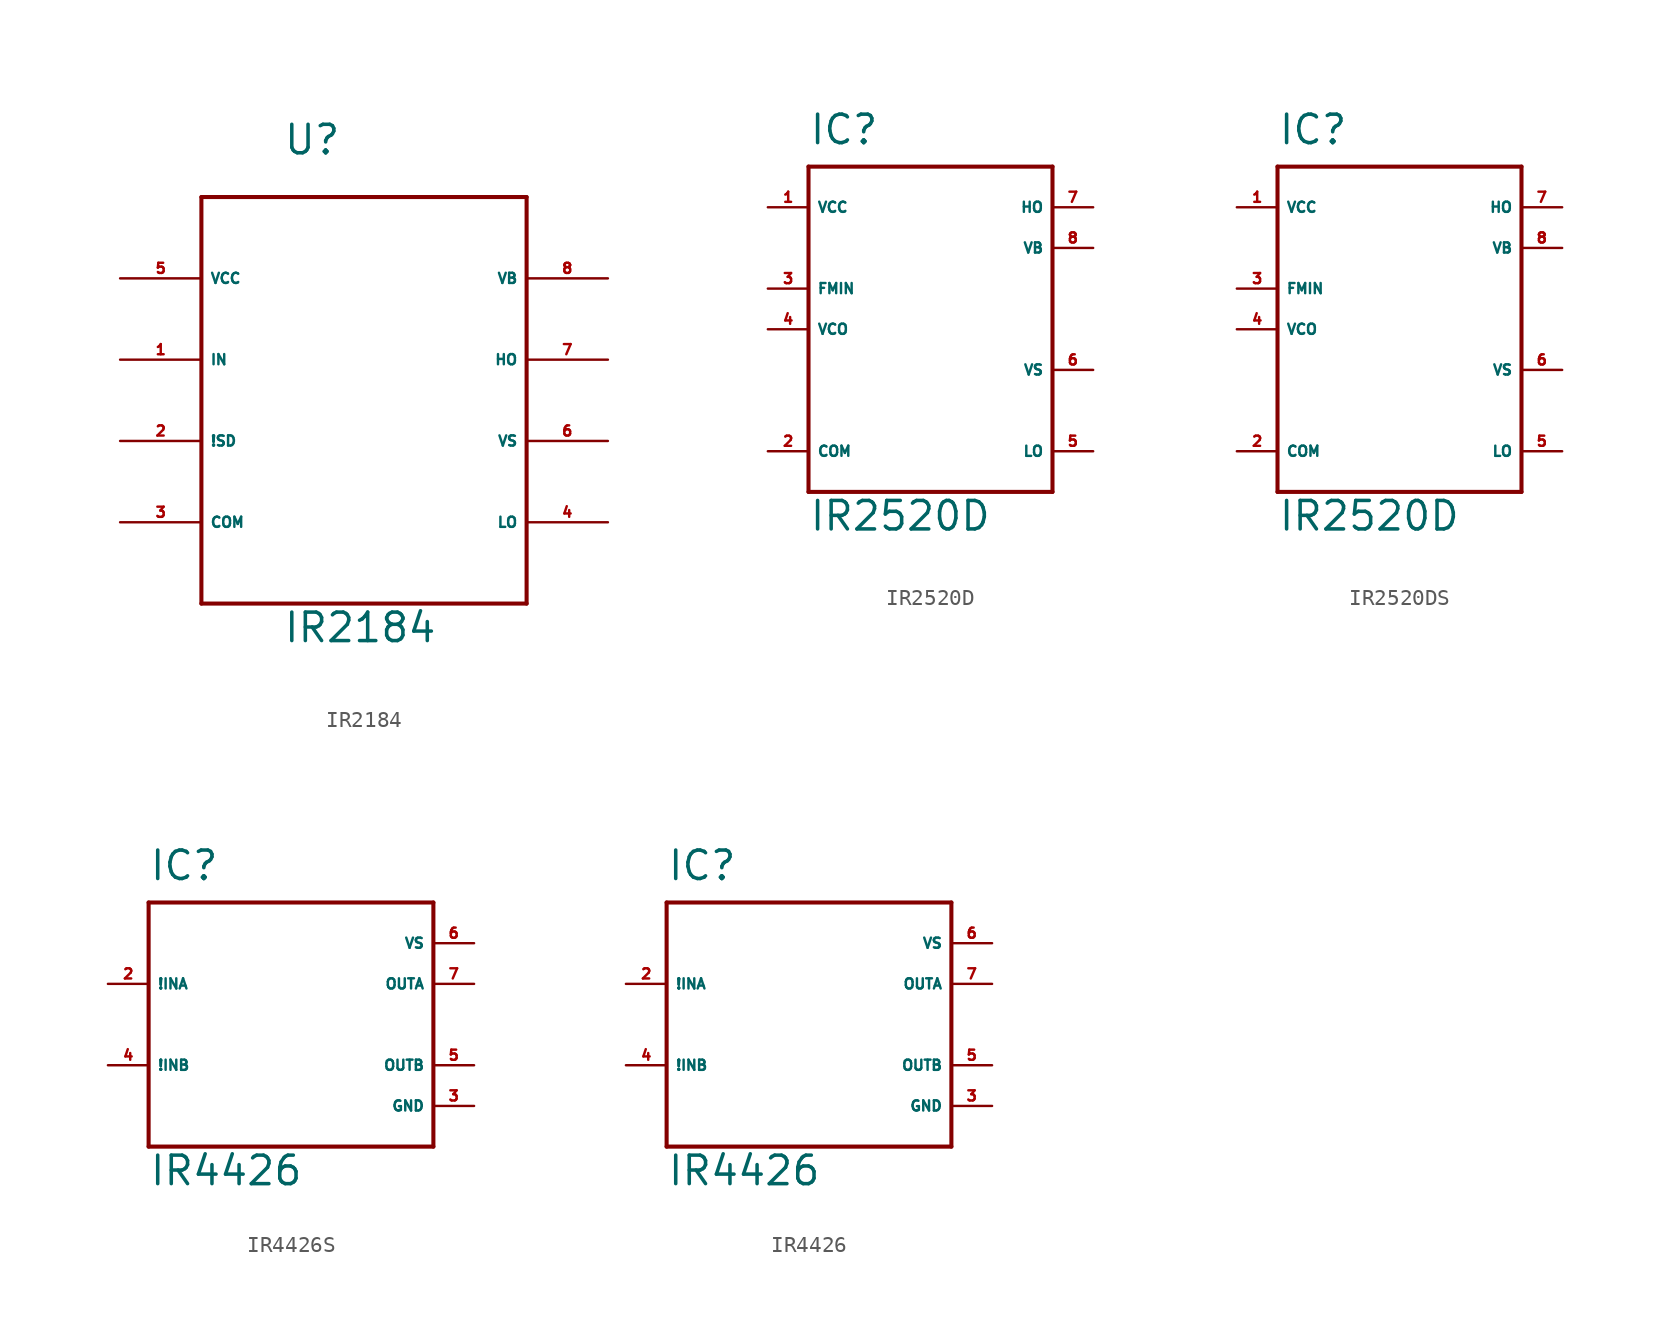
<source format=kicad_sym>
(kicad_symbol_lib
  (version 20220914)
  (generator Eagle2Kicad)
  (symbol "IR2184"
    (property "Reference" "U"
      (at -5.08 15.24 0)
      (effects (font (size 1.778 1.778) (thickness 0.22)) (justify left bottom)))
    (property "Value" "IR2184"
      (at -5.08 -15.24 0)
      (effects (font (size 1.778 1.778) (thickness 0.22)) (justify left bottom)))
    (polyline
      (pts (xy -10.16 12.7) (xy -10.16 -12.7))
      (stroke (width 0.254) (type default))
      (fill (type none)))
    (polyline
      (pts (xy -10.16 -12.7) (xy 10.16 -12.7))
      (stroke (width 0.254) (type default))
      (fill (type none)))
    (polyline
      (pts (xy 10.16 -12.7) (xy 10.16 12.7))
      (stroke (width 0.254) (type default))
      (fill (type none)))
    (polyline
      (pts (xy 10.16 12.7) (xy -10.16 12.7))
      (stroke (width 0.254) (type default))
      (fill (type none)))
    (pin bidirectional line
      (at -15.24 7.62 0)
      (length 5.08)
      (name "VCC" (effects (font (size 0.635 0.635) (thickness 0.08)) (justify left bottom)))
      (number "5" (effects (font (size 0.635 0.635) (thickness 0.08)) (justify left bottom))))
    (pin bidirectional line
      (at -15.24 2.54 0)
      (length 5.08)
      (name "IN" (effects (font (size 0.635 0.635) (thickness 0.08)) (justify left bottom)))
      (number "1" (effects (font (size 0.635 0.635) (thickness 0.08)) (justify left bottom))))
    (pin bidirectional line
      (at -15.24 -2.54 0)
      (length 5.08)
      (name "!SD" (effects (font (size 0.635 0.635) (thickness 0.08)) (justify left bottom)))
      (number "2" (effects (font (size 0.635 0.635) (thickness 0.08)) (justify left bottom))))
    (pin bidirectional line
      (at -15.24 -7.62 0)
      (length 5.08)
      (name "COM" (effects (font (size 0.635 0.635) (thickness 0.08)) (justify left bottom)))
      (number "3" (effects (font (size 0.635 0.635) (thickness 0.08)) (justify left bottom))))
    (pin bidirectional line
      (at 15.24 -7.62 180)
      (length 5.08)
      (name "LO" (effects (font (size 0.635 0.635) (thickness 0.08)) (justify left bottom)))
      (number "4" (effects (font (size 0.635 0.635) (thickness 0.08)) (justify left bottom))))
    (pin bidirectional line
      (at 15.24 -2.54 180)
      (length 5.08)
      (name "VS" (effects (font (size 0.635 0.635) (thickness 0.08)) (justify left bottom)))
      (number "6" (effects (font (size 0.635 0.635) (thickness 0.08)) (justify left bottom))))
    (pin bidirectional line
      (at 15.24 2.54 180)
      (length 5.08)
      (name "HO" (effects (font (size 0.635 0.635) (thickness 0.08)) (justify left bottom)))
      (number "7" (effects (font (size 0.635 0.635) (thickness 0.08)) (justify left bottom))))
    (pin bidirectional line
      (at 15.24 7.62 180)
      (length 5.08)
      (name "VB" (effects (font (size 0.635 0.635) (thickness 0.08)) (justify left bottom)))
      (number "8" (effects (font (size 0.635 0.635) (thickness 0.08)) (justify left bottom)))))
  (symbol "IR2520D"
    (property "Reference" "IC"
      (at -7.62 11.43 0)
      (effects (font (size 1.778 1.778) (thickness 0.22)) (justify left bottom)))
    (property "Value" "IR2520D"
      (at -7.62 -12.7 0)
      (effects (font (size 1.778 1.778) (thickness 0.22)) (justify left bottom)))
    (polyline
      (pts (xy -7.62 10.16) (xy 7.62 10.16))
      (stroke (width 0.254) (type default))
      (fill (type none)))
    (polyline
      (pts (xy 7.62 10.16) (xy 7.62 -10.16))
      (stroke (width 0.254) (type default))
      (fill (type none)))
    (polyline
      (pts (xy 7.62 -10.16) (xy -7.62 -10.16))
      (stroke (width 0.254) (type default))
      (fill (type none)))
    (polyline
      (pts (xy -7.62 -10.16) (xy -7.62 10.16))
      (stroke (width 0.254) (type default))
      (fill (type none)))
    (pin unspecified line
      (at -10.16 7.62 0)
      (length 2.54)
      (name "VCC" (effects (font (size 0.635 0.635) (thickness 0.08)) (justify left bottom)))
      (number "1" (effects (font (size 0.635 0.635) (thickness 0.08)) (justify left bottom))))
    (pin unspecified line
      (at -10.16 -7.62 0)
      (length 2.54)
      (name "COM" (effects (font (size 0.635 0.635) (thickness 0.08)) (justify left bottom)))
      (number "2" (effects (font (size 0.635 0.635) (thickness 0.08)) (justify left bottom))))
    (pin input line
      (at -10.16 2.54 0)
      (length 2.54)
      (name "FMIN" (effects (font (size 0.635 0.635) (thickness 0.08)) (justify left bottom)))
      (number "3" (effects (font (size 0.635 0.635) (thickness 0.08)) (justify left bottom))))
    (pin input line
      (at -10.16 0 0)
      (length 2.54)
      (name "VCO" (effects (font (size 0.635 0.635) (thickness 0.08)) (justify left bottom)))
      (number "4" (effects (font (size 0.635 0.635) (thickness 0.08)) (justify left bottom))))
    (pin output line
      (at 10.16 -7.62 180)
      (length 2.54)
      (name "LO" (effects (font (size 0.635 0.635) (thickness 0.08)) (justify left bottom)))
      (number "5" (effects (font (size 0.635 0.635) (thickness 0.08)) (justify left bottom))))
    (pin input line
      (at 10.16 -2.54 180)
      (length 2.54)
      (name "VS" (effects (font (size 0.635 0.635) (thickness 0.08)) (justify left bottom)))
      (number "6" (effects (font (size 0.635 0.635) (thickness 0.08)) (justify left bottom))))
    (pin output line
      (at 10.16 7.62 180)
      (length 2.54)
      (name "HO" (effects (font (size 0.635 0.635) (thickness 0.08)) (justify left bottom)))
      (number "7" (effects (font (size 0.635 0.635) (thickness 0.08)) (justify left bottom))))
    (pin passive line
      (at 10.16 5.08 180)
      (length 2.54)
      (name "VB" (effects (font (size 0.635 0.635) (thickness 0.08)) (justify left bottom)))
      (number "8" (effects (font (size 0.635 0.635) (thickness 0.08)) (justify left bottom)))))
  (symbol "IR2520DS"
    (property "Reference" "IC"
      (at -7.62 11.43 0)
      (effects (font (size 1.778 1.778) (thickness 0.22)) (justify left bottom)))
    (property "Value" "IR2520D"
      (at -7.62 -12.7 0)
      (effects (font (size 1.778 1.778) (thickness 0.22)) (justify left bottom)))
    (polyline
      (pts (xy -7.62 10.16) (xy 7.62 10.16))
      (stroke (width 0.254) (type default))
      (fill (type none)))
    (polyline
      (pts (xy 7.62 10.16) (xy 7.62 -10.16))
      (stroke (width 0.254) (type default))
      (fill (type none)))
    (polyline
      (pts (xy 7.62 -10.16) (xy -7.62 -10.16))
      (stroke (width 0.254) (type default))
      (fill (type none)))
    (polyline
      (pts (xy -7.62 -10.16) (xy -7.62 10.16))
      (stroke (width 0.254) (type default))
      (fill (type none)))
    (pin unspecified line
      (at -10.16 7.62 0)
      (length 2.54)
      (name "VCC" (effects (font (size 0.635 0.635) (thickness 0.08)) (justify left bottom)))
      (number "1" (effects (font (size 0.635 0.635) (thickness 0.08)) (justify left bottom))))
    (pin unspecified line
      (at -10.16 -7.62 0)
      (length 2.54)
      (name "COM" (effects (font (size 0.635 0.635) (thickness 0.08)) (justify left bottom)))
      (number "2" (effects (font (size 0.635 0.635) (thickness 0.08)) (justify left bottom))))
    (pin input line
      (at -10.16 2.54 0)
      (length 2.54)
      (name "FMIN" (effects (font (size 0.635 0.635) (thickness 0.08)) (justify left bottom)))
      (number "3" (effects (font (size 0.635 0.635) (thickness 0.08)) (justify left bottom))))
    (pin input line
      (at -10.16 0 0)
      (length 2.54)
      (name "VCO" (effects (font (size 0.635 0.635) (thickness 0.08)) (justify left bottom)))
      (number "4" (effects (font (size 0.635 0.635) (thickness 0.08)) (justify left bottom))))
    (pin output line
      (at 10.16 -7.62 180)
      (length 2.54)
      (name "LO" (effects (font (size 0.635 0.635) (thickness 0.08)) (justify left bottom)))
      (number "5" (effects (font (size 0.635 0.635) (thickness 0.08)) (justify left bottom))))
    (pin input line
      (at 10.16 -2.54 180)
      (length 2.54)
      (name "VS" (effects (font (size 0.635 0.635) (thickness 0.08)) (justify left bottom)))
      (number "6" (effects (font (size 0.635 0.635) (thickness 0.08)) (justify left bottom))))
    (pin output line
      (at 10.16 7.62 180)
      (length 2.54)
      (name "HO" (effects (font (size 0.635 0.635) (thickness 0.08)) (justify left bottom)))
      (number "7" (effects (font (size 0.635 0.635) (thickness 0.08)) (justify left bottom))))
    (pin passive line
      (at 10.16 5.08 180)
      (length 2.54)
      (name "VB" (effects (font (size 0.635 0.635) (thickness 0.08)) (justify left bottom)))
      (number "8" (effects (font (size 0.635 0.635) (thickness 0.08)) (justify left bottom)))))
  (symbol "IR4426S"
    (property "Reference" "IC"
      (at -7.62 8.89 0)
      (effects (font (size 1.778 1.778) (thickness 0.22)) (justify left bottom)))
    (property "Value" "IR4426"
      (at -7.62 -10.16 0)
      (effects (font (size 1.778 1.778) (thickness 0.22)) (justify left bottom)))
    (polyline
      (pts (xy -7.62 7.62) (xy 10.16 7.62))
      (stroke (width 0.254) (type default))
      (fill (type none)))
    (polyline
      (pts (xy 10.16 7.62) (xy 10.16 -7.62))
      (stroke (width 0.254) (type default))
      (fill (type none)))
    (polyline
      (pts (xy 10.16 -7.62) (xy -7.62 -7.62))
      (stroke (width 0.254) (type default))
      (fill (type none)))
    (polyline
      (pts (xy -7.62 -7.62) (xy -7.62 7.62))
      (stroke (width 0.254) (type default))
      (fill (type none)))
    (pin input line
      (at -10.16 2.54 0)
      (length 2.54)
      (name "!INA" (effects (font (size 0.635 0.635) (thickness 0.08)) (justify left bottom)))
      (number "2" (effects (font (size 0.635 0.635) (thickness 0.08)) (justify left bottom))))
    (pin input line
      (at -10.16 -2.54 0)
      (length 2.54)
      (name "!INB" (effects (font (size 0.635 0.635) (thickness 0.08)) (justify left bottom)))
      (number "4" (effects (font (size 0.635 0.635) (thickness 0.08)) (justify left bottom))))
    (pin output line
      (at 12.7 2.54 180)
      (length 2.54)
      (name "OUTA" (effects (font (size 0.635 0.635) (thickness 0.08)) (justify left bottom)))
      (number "7" (effects (font (size 0.635 0.635) (thickness 0.08)) (justify left bottom))))
    (pin output line
      (at 12.7 -2.54 180)
      (length 2.54)
      (name "OUTB" (effects (font (size 0.635 0.635) (thickness 0.08)) (justify left bottom)))
      (number "5" (effects (font (size 0.635 0.635) (thickness 0.08)) (justify left bottom))))
    (pin unspecified line
      (at 12.7 -5.08 180)
      (length 2.54)
      (name "GND" (effects (font (size 0.635 0.635) (thickness 0.08)) (justify left bottom)))
      (number "3" (effects (font (size 0.635 0.635) (thickness 0.08)) (justify left bottom))))
    (pin unspecified line
      (at 12.7 5.08 180)
      (length 2.54)
      (name "VS" (effects (font (size 0.635 0.635) (thickness 0.08)) (justify left bottom)))
      (number "6" (effects (font (size 0.635 0.635) (thickness 0.08)) (justify left bottom)))))
  (symbol "IR4426"
    (property "Reference" "IC"
      (at -7.62 8.89 0)
      (effects (font (size 1.778 1.778) (thickness 0.22)) (justify left bottom)))
    (property "Value" "IR4426"
      (at -7.62 -10.16 0)
      (effects (font (size 1.778 1.778) (thickness 0.22)) (justify left bottom)))
    (polyline
      (pts (xy -7.62 7.62) (xy 10.16 7.62))
      (stroke (width 0.254) (type default))
      (fill (type none)))
    (polyline
      (pts (xy 10.16 7.62) (xy 10.16 -7.62))
      (stroke (width 0.254) (type default))
      (fill (type none)))
    (polyline
      (pts (xy 10.16 -7.62) (xy -7.62 -7.62))
      (stroke (width 0.254) (type default))
      (fill (type none)))
    (polyline
      (pts (xy -7.62 -7.62) (xy -7.62 7.62))
      (stroke (width 0.254) (type default))
      (fill (type none)))
    (pin input line
      (at -10.16 2.54 0)
      (length 2.54)
      (name "!INA" (effects (font (size 0.635 0.635) (thickness 0.08)) (justify left bottom)))
      (number "2" (effects (font (size 0.635 0.635) (thickness 0.08)) (justify left bottom))))
    (pin input line
      (at -10.16 -2.54 0)
      (length 2.54)
      (name "!INB" (effects (font (size 0.635 0.635) (thickness 0.08)) (justify left bottom)))
      (number "4" (effects (font (size 0.635 0.635) (thickness 0.08)) (justify left bottom))))
    (pin output line
      (at 12.7 2.54 180)
      (length 2.54)
      (name "OUTA" (effects (font (size 0.635 0.635) (thickness 0.08)) (justify left bottom)))
      (number "7" (effects (font (size 0.635 0.635) (thickness 0.08)) (justify left bottom))))
    (pin output line
      (at 12.7 -2.54 180)
      (length 2.54)
      (name "OUTB" (effects (font (size 0.635 0.635) (thickness 0.08)) (justify left bottom)))
      (number "5" (effects (font (size 0.635 0.635) (thickness 0.08)) (justify left bottom))))
    (pin unspecified line
      (at 12.7 -5.08 180)
      (length 2.54)
      (name "GND" (effects (font (size 0.635 0.635) (thickness 0.08)) (justify left bottom)))
      (number "3" (effects (font (size 0.635 0.635) (thickness 0.08)) (justify left bottom))))
    (pin unspecified line
      (at 12.7 5.08 180)
      (length 2.54)
      (name "VS" (effects (font (size 0.635 0.635) (thickness 0.08)) (justify left bottom)))
      (number "6" (effects (font (size 0.635 0.635) (thickness 0.08)) (justify left bottom))))))
</source>
